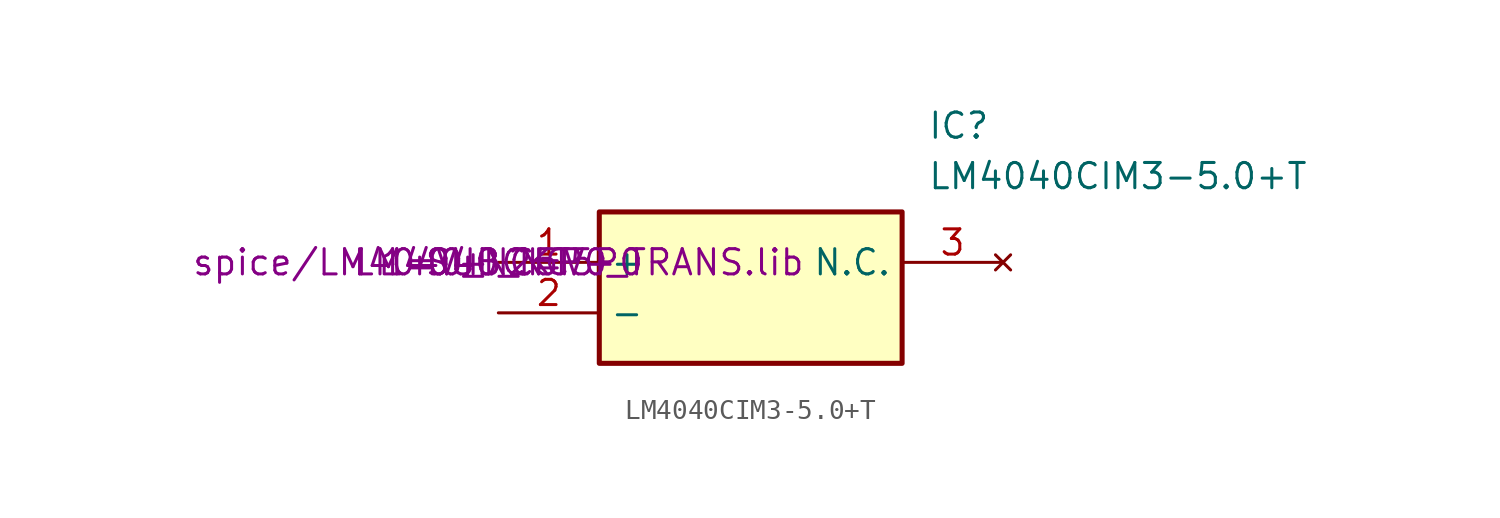
<source format=kicad_sym>
(kicad_symbol_lib
  (version 20220914)
  (generator kicad_symbol_editor)
  (symbol "LM4040CIM3-5.0+T"
    (property "Reference" "IC"
      (at 21.59 7.62 0)
      (effects (font (size 1.27 1.27)) (justify left top)))
    (property "Value" "LM4040CIM3-5.0+T"
      (at 21.59 5.08 0)
      (effects (font (size 1.27 1.27)) (justify left top)))
    (property "Sim.Library" "spice/LM4040_NC5P0_TRANS.lib"
      (at 0 0 0)
      (effects (font (size 1.27 1.27))))
    (property "Sim.Name" "LM4040_NC5P0"
      (at 0 0 0)
      (effects (font (size 1.27 1.27))))
    (property "Sim.Device" "SUBCKT"
      (at 0 0 0)
      (effects (font (size 1.27 1.27))))
    (property "Sim.Pins" "1=V+ 2=V-"
      (at 0 0 0)
      (effects (font (size 1.27 1.27))))
    (symbol "LM4040CIM3-5.0+T_1_1"
      (rectangle (start 5.08 2.54) (end 20.32 -5.08) (stroke (width 0.254) (type default)) (fill (type background)))
      (pin passive line (at 0 0 0) (length 5.08) (name "+" (effects (font (size 1.27 1.27)))) (number "1" (effects (font (size 1.27 1.27)))))
      (pin passive line (at 0 -2.54 0) (length 5.08) (name "-" (effects (font (size 1.27 1.27)))) (number "2" (effects (font (size 1.27 1.27)))))
      (pin no_connect line (at 25.4 0 180) (length 5.08) (name "N.C." (effects (font (size 1.27 1.27)))) (number "3" (effects (font (size 1.27 1.27))))))))
</source>
